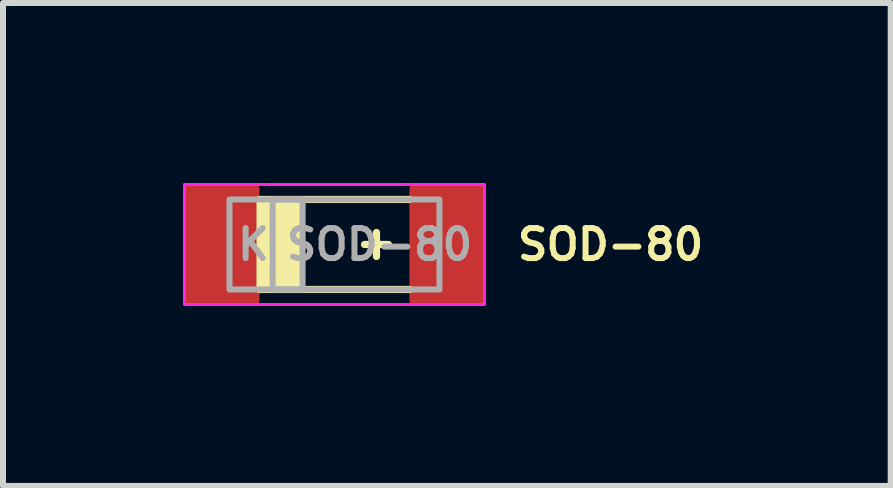
<source format=kicad_pcb>
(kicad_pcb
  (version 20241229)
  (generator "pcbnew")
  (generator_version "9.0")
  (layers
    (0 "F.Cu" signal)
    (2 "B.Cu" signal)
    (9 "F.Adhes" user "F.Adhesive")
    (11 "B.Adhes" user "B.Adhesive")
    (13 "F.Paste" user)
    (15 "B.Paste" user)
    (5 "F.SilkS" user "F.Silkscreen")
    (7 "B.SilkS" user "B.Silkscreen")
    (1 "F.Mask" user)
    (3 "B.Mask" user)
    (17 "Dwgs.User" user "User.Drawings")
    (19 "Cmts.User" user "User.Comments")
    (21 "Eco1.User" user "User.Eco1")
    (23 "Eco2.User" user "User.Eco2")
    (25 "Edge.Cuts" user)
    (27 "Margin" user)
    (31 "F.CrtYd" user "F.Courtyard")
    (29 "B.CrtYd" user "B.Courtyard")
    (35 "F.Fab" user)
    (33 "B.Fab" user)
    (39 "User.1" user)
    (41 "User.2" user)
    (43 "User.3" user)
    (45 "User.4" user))
  (footprint "SOD-80"
    (layer "F.Cu")
    (at 2.525 1.025)
    (property "Reference" "SOD-80" (at 3 0 0) (unlocked yes) (layer "F.SilkS") (effects (font (size 0.5 0.5) (thickness 0.1)) (justify left)))
    (attr through_hole)
    (fp_line (start -1.25 0.75) (end 1.25 0.75) (stroke (width 0.12) (type solid)) (layer "F.SilkS"))
    (fp_line (start 0.5 0) (end 0.9 0) (stroke (width 0.12) (type solid)) (layer "F.SilkS"))
    (fp_line (start 0.7 -0.2) (end 0.7 0.2) (stroke (width 0.12) (type solid)) (layer "F.SilkS"))
    (fp_line (start 1.25 -0.75) (end -1.25 -0.75) (stroke (width 0.12) (type solid)) (layer "F.SilkS"))
    (fp_poly (pts (xy -0.6 0.75) (xy -1.25 0.75) (xy -1.25 -0.75) (xy -0.6 -0.75)) (stroke (width 0.1) (type solid)) (fill yes) (layer "F.SilkS"))
    (fp_rect (start 2.5 -1) (end -2.5 1) (stroke (width 0.05) (type solid)) (fill no) (layer "F.CrtYd"))
    (fp_rect (start -1.75 -0.75) (end 1.75 0.75) (stroke (width 0.1) (type solid)) (fill no) (layer "F.Fab"))
    (fp_poly (pts (xy -0.531 0.75) (xy -1.031 0.75) (xy -1.031 -0.75) (xy -0.531 -0.75)) (stroke (width 0.1) (type solid)) (fill no) (layer "F.Fab"))
    (fp_text user "${REFERENCE}" (at 0.75 0 0) (unlocked yes) (layer "F.Fab") (effects (font (size 0.5 0.5) (thickness 0.1))))
    (fp_text user "K" (at -1.35 0 0) (unlocked yes) (layer "F.Fab") (effects (font (size 0.5 0.5) (thickness 0.1))))
    (pad "1" smd roundrect (at -1.875 0) (size 1.25 2) (layers "F.Cu" "F.Mask" "F.Paste") (roundrect_rratio 0.05))
    (pad "2" smd roundrect (at 1.875 0) (size 1.25 2) (layers "F.Cu" "F.Mask" "F.Paste") (roundrect_rratio 0.05)))
  (gr_rect
    (start -3 -3)
    (end 11.796 5.05)
    (stroke (width 0.1) (type default))
    (fill no)
    (layer "Edge.Cuts")))
</source>
